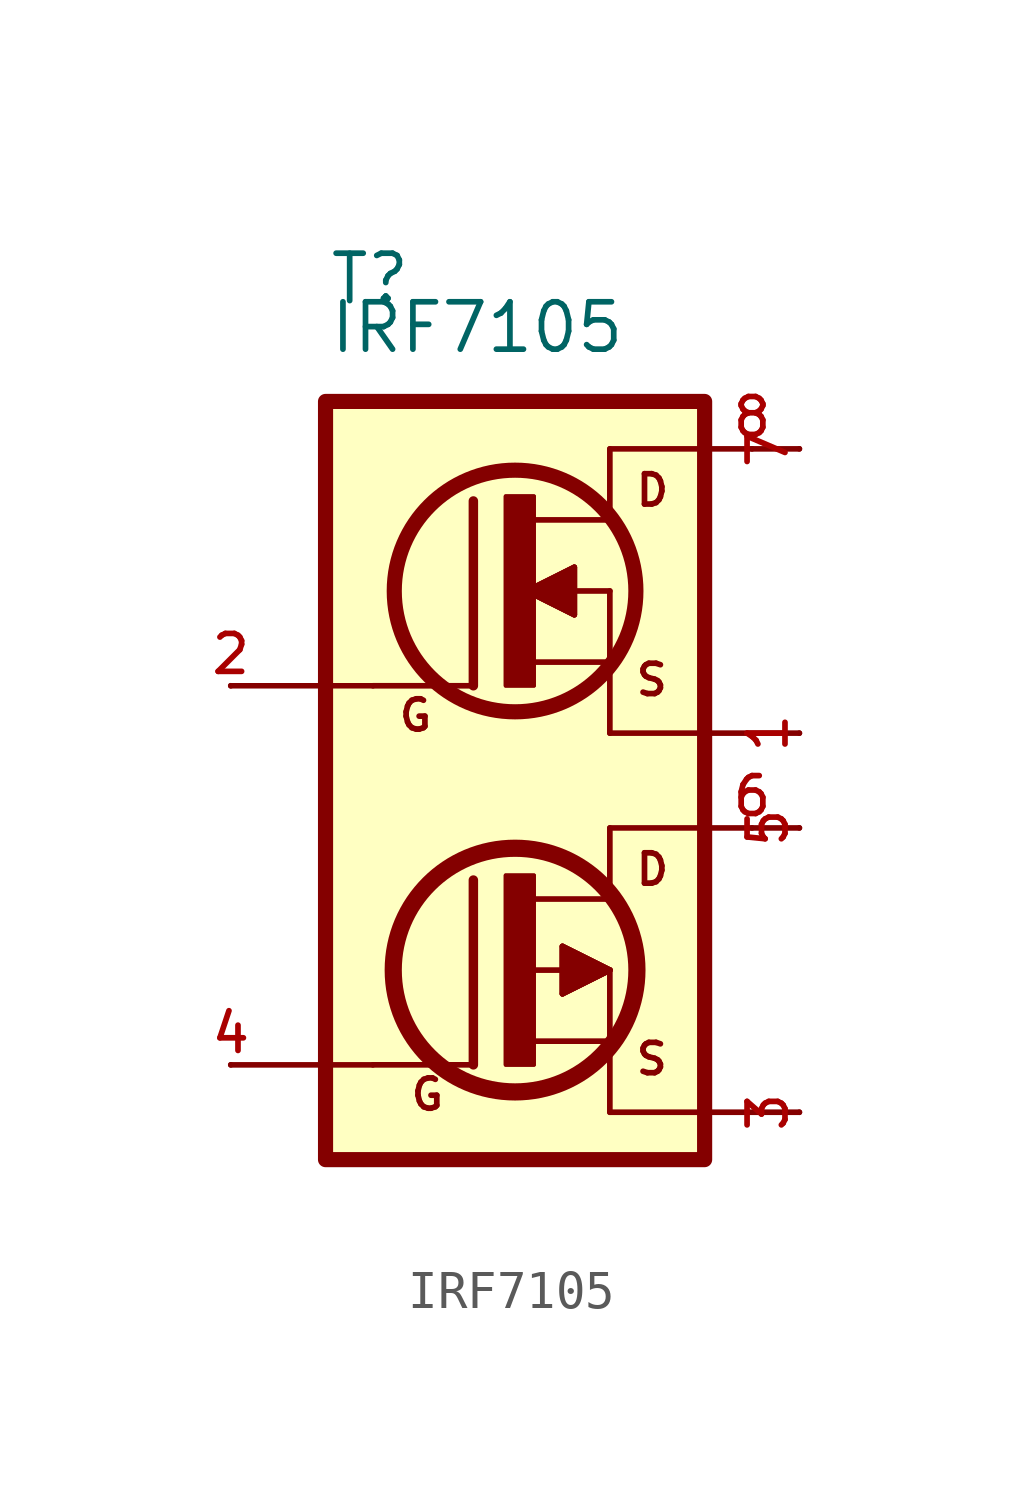
<source format=kicad_sym>
(kicad_symbol_lib
  (version 20211014)
  (generator kicad_symbol_editor)
  (symbol "IRF7105"
    (pin_names
      (offset 1.016))
    (property "Reference" "T"
      (at -5.017 12.7 0)
      (effects (font (size 1.27 1.27)) (justify bottom left)))
    (property "Value" "IRF7105"
      (at -5.016 11.398 0)
      (effects (font (size 1.27 1.27)) (justify bottom left)))
    (symbol "IRF7105_0_0"
      (polyline (pts (xy -1.118 7.493) (xy -1.118 2.54)) (stroke (width 0.254)))
      (polyline (pts (xy -1.118 2.54) (xy -3.81 2.54)) (stroke (width 0.152)))
      (polyline (pts (xy 2.54 6.985) (xy 0.533 6.985)) (stroke (width 0.152)))
      (polyline (pts (xy 2.54 8.89) (xy 2.54 6.985)) (stroke (width 0.152)))
      (polyline (pts (xy 2.54 5.08) (xy 2.54 1.27)) (stroke (width 0.152)))
      (polyline (pts (xy 0.508 5.08) (xy 2.54 5.08)) (stroke (width 0.152)))
      (polyline (pts (xy 0.508 3.175) (xy 2.413 3.175)) (stroke (width 0.152)))
      (polyline (pts (xy 1.587 4.445) (xy 1.587 5.715)) (stroke (width 0.152)))
      (polyline (pts (xy 1.587 5.715) (xy 0.318 5.08)) (stroke (width 0.152)))
      (polyline (pts (xy 0.318 5.08) (xy 1.587 4.445)) (stroke (width 0.152)))
      (polyline (pts (xy -1.118 -2.667) (xy -1.118 -7.62)) (stroke (width 0.254)))
      (polyline (pts (xy -1.118 -7.62) (xy -3.81 -7.62)) (stroke (width 0.152)))
      (polyline (pts (xy 2.54 -3.175) (xy 0.533 -3.175)) (stroke (width 0.152)))
      (polyline (pts (xy 2.54 -1.27) (xy 2.54 -3.175)) (stroke (width 0.152)))
      (polyline (pts (xy 2.54 -5.08) (xy 2.54 -8.89)) (stroke (width 0.152)))
      (polyline (pts (xy 2.54 -8.89) (xy 7.62 -8.89)) (stroke (width 0.152)))
      (polyline (pts (xy 0.508 -5.08) (xy 2.54 -5.08)) (stroke (width 0.152)))
      (polyline (pts (xy 0.508 -6.985) (xy 2.413 -6.985)) (stroke (width 0.152)))
      (polyline (pts (xy 2.54 -5.08) (xy 1.27 -5.715)) (stroke (width 0.152)))
      (polyline (pts (xy 1.27 -5.715) (xy 1.27 -4.445)) (stroke (width 0.152)))
      (polyline (pts (xy 1.27 -4.445) (xy 2.54 -5.08)) (stroke (width 0.152)))
      (polyline (pts (xy -3.81 2.54) (xy -7.62 2.54)) (stroke (width 0.15)))
      (polyline (pts (xy 2.54 1.27) (xy 7.62 1.27)) (stroke (width 0.15)))
      (polyline (pts (xy 2.54 -1.27) (xy 7.62 -1.27)) (stroke (width 0.15)))
      (polyline (pts (xy -3.81 -7.62) (xy -7.62 -7.62)) (stroke (width 0.15)))
      (polyline (pts (xy 2.54 8.89) (xy 7.62 8.89)) (stroke (width 0.15)))
      (circle (center 0.0 5.08) (radius 3.238) (stroke (width 0.152)) (fill (type none)))
      (circle (center 0.0 5.08) (radius 3.238) (stroke (width 0.406)) (fill (type none)))
      (circle (center 0.0 -5.08) (radius 3.42) (stroke (width 0.152)) (fill (type none)))
      (circle (center 0.0 -5.08) (radius 3.238) (stroke (width 0.406)) (fill (type none)))
      (text "D" (at 3.175 7.303 0) (effects (font (size 0.813 0.813)) (justify bottom left)))
      (text "S" (at 3.175 2.223 0) (effects (font (size 0.813 0.813)) (justify bottom left)))
      (text "G" (at -3.175 1.27 0) (effects (font (size 0.813 0.813)) (justify bottom left)))
      (text "D" (at 3.175 -2.857 0) (effects (font (size 0.813 0.813)) (justify bottom left)))
      (text "S" (at 3.175 -7.938 0) (effects (font (size 0.813 0.813)) (justify bottom left)))
      (text "G" (at -2.857 -8.89 0) (effects (font (size 0.813 0.813)) (justify bottom left)))
      (rectangle (start -0.254 2.54) (end 0.508 7.62) (stroke (width 0.1)) (fill (type outline)))
      (rectangle (start -0.254 2.54) (end 0.508 7.62) (stroke (width 0.1)) (fill (type outline)))
      (rectangle (start -0.254 -7.62) (end 0.508 -2.54) (stroke (width 0.1)) (fill (type outline)))
      (rectangle (start -0.254 -7.62) (end 0.508 -2.54) (stroke (width 0.1)) (fill (type outline)))
      (polyline (pts (xy 1.587 4.445) (xy 1.587 5.715) (xy 0.318 5.08) (xy 1.587 4.445)) (stroke (width 0.152)) (fill (type outline)))
      (polyline (pts (xy 1.587 4.445) (xy 1.587 5.715) (xy 0.318 5.08) (xy 1.587 4.445)) (stroke (width 0.152)) (fill (type outline)))
      (polyline (pts (xy 2.54 -5.08) (xy 1.27 -5.715) (xy 1.27 -4.445) (xy 2.54 -5.08)) (stroke (width 0.152)) (fill (type outline)))
      (polyline (pts (xy 2.54 -5.08) (xy 1.27 -5.715) (xy 1.27 -4.445) (xy 2.54 -5.08)) (stroke (width 0.152)) (fill (type outline)))
      (rectangle (start -5.08 -10.16) (end 5.08 10.16) (stroke (width 0.406)) (fill (type background)))
      (pin passive line (at -7.62 2.54 0) (length 0) (name "~" (effects (font (size 1.016 1.016)))) (number "2" (effects (font (size 1.016 1.016)))))
      (pin passive line (at 7.62 8.89 270.0) (length 0) (name "~" (effects (font (size 1.016 1.016)))) (number "7" (effects (font (size 1.016 1.016)))))
      (pin passive line (at 7.62 1.27 90.0) (length 0) (name "~" (effects (font (size 1.016 1.016)))) (number "1" (effects (font (size 1.016 1.016)))))
      (pin passive line (at -7.62 -7.62 0) (length 0) (name "~" (effects (font (size 1.016 1.016)))) (number "4" (effects (font (size 1.016 1.016)))))
      (pin passive line (at 7.62 -1.27 270.0) (length 0) (name "~" (effects (font (size 1.016 1.016)))) (number "5" (effects (font (size 1.016 1.016)))))
      (pin passive line (at 7.62 -8.89 90.0) (length 0) (name "~" (effects (font (size 1.016 1.016)))) (number "3" (effects (font (size 1.016 1.016)))))
      (pin bidirectional line (at 6.35 8.89 0) (length 0) (name "~" (effects (font (size 1.016 1.016)))) (number "8" (effects (font (size 1.016 1.016)))))
      (pin bidirectional line (at 6.35 -1.27 0) (length 0) (name "~" (effects (font (size 1.016 1.016)))) (number "6" (effects (font (size 1.016 1.016))))))))
</source>
